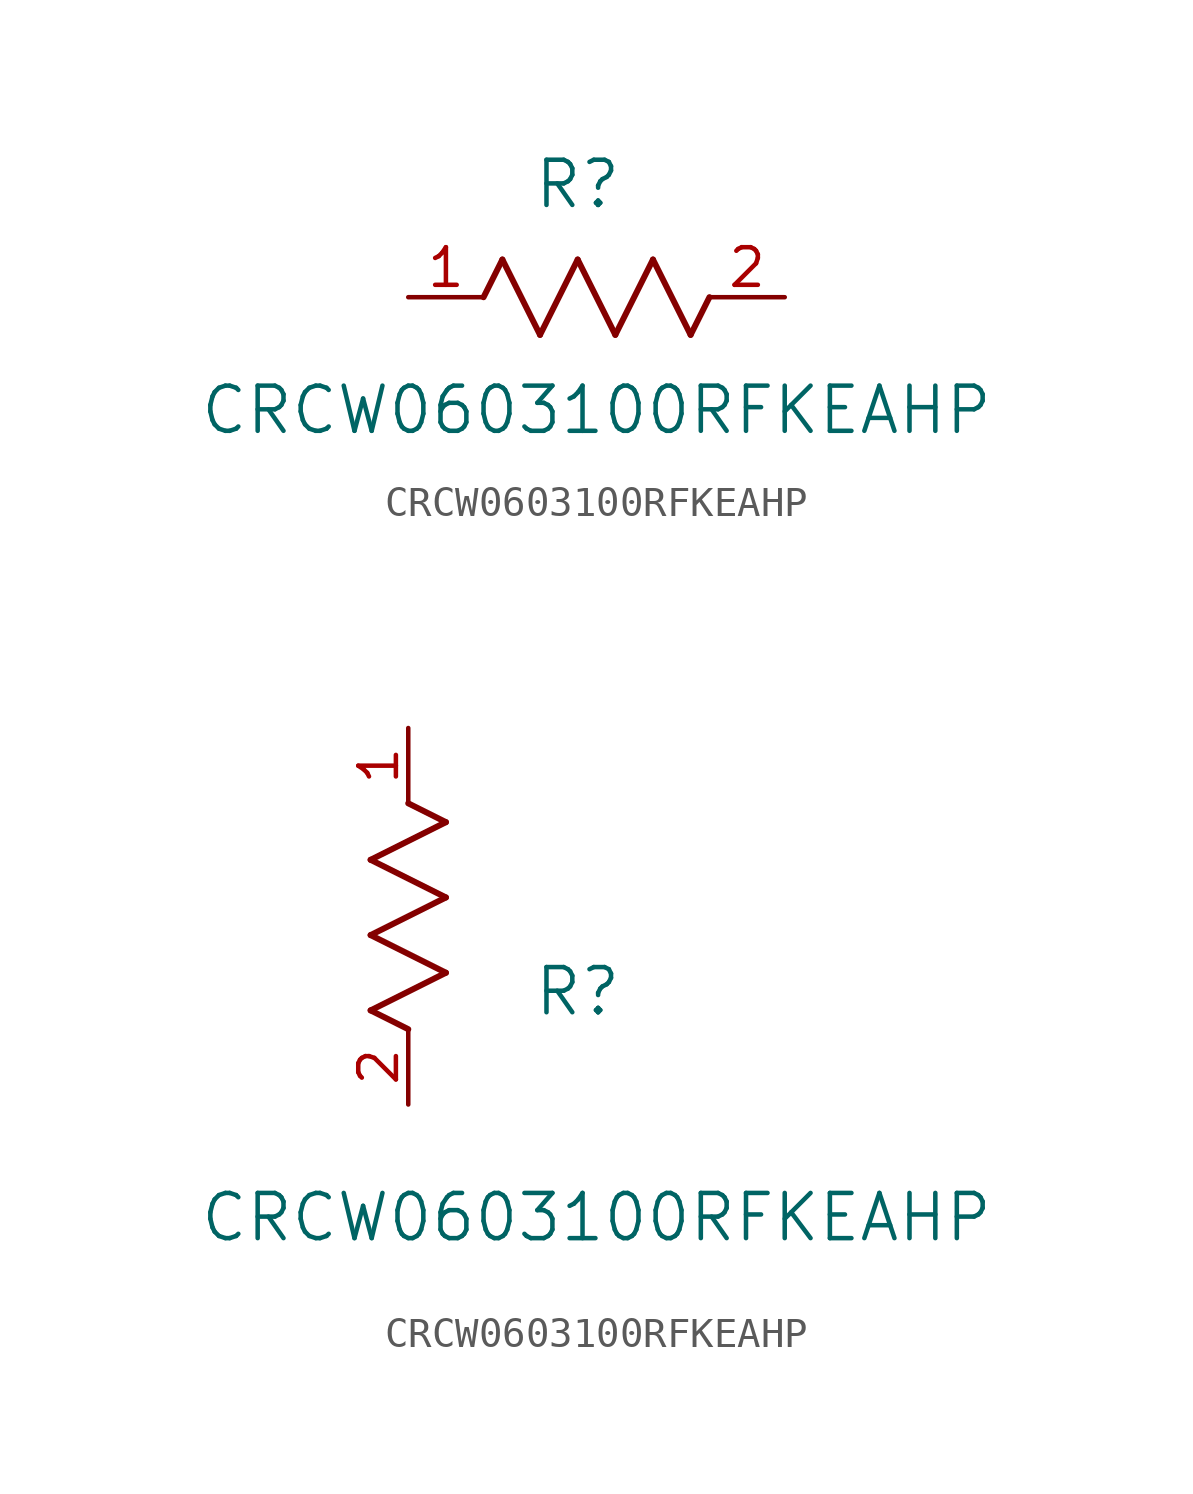
<source format=kicad_sym>
(kicad_symbol_lib
  (version 20211014)
  (generator kicad_symbol_editor)
  (symbol "CRCW0603100RFKEAHP"
    (pin_names
      (offset 0.254))
    (property "Reference" "R"
      (at 5.715 3.81 0)
      (effects (font (size 1.524 1.524))))
    (property "Value" "CRCW0603100RFKEAHP"
      (at 6.35 -3.81 0)
      (effects (font (size 1.524 1.524))))
    (symbol "CRCW0603100RFKEAHP_1_1"
      (polyline (pts (xy 3.175 1.27) (xy 4.445 -1.27)) (stroke (width 0.203) (type default) (color 0 0 0 0)) (fill (type none)))
      (polyline (pts (xy 4.445 -1.27) (xy 5.715 1.27)) (stroke (width 0.203) (type default) (color 0 0 0 0)) (fill (type none)))
      (polyline (pts (xy 5.715 1.27) (xy 6.985 -1.27)) (stroke (width 0.203) (type default) (color 0 0 0 0)) (fill (type none)))
      (polyline (pts (xy 6.985 -1.27) (xy 8.255 1.27)) (stroke (width 0.203) (type default) (color 0 0 0 0)) (fill (type none)))
      (polyline (pts (xy 8.255 1.27) (xy 9.525 -1.27)) (stroke (width 0.203) (type default) (color 0 0 0 0)) (fill (type none)))
      (polyline (pts (xy 2.54 0) (xy 3.175 1.27)) (stroke (width 0.203) (type default) (color 0 0 0 0)) (fill (type none)))
      (polyline (pts (xy 9.525 -1.27) (xy 10.16 0)) (stroke (width 0.203) (type default) (color 0 0 0 0)) (fill (type none)))
      (pin unspecified line (at 0 0 0) (length 2.54) (name "" (effects (font (size 1.27 1.27)))) (number "1" (effects (font (size 1.27 1.27)))))
      (pin unspecified line (at 12.7 0 180) (length 2.54) (name "" (effects (font (size 1.27 1.27)))) (number "2" (effects (font (size 1.27 1.27))))))
    (symbol "CRCW0603100RFKEAHP_1_2"
      (polyline (pts (xy 0 2.54) (xy -1.27 3.175)) (stroke (width 0.203) (type default) (color 0 0 0 0)) (fill (type none)))
      (polyline (pts (xy -1.27 3.175) (xy 1.27 4.445)) (stroke (width 0.203) (type default) (color 0 0 0 0)) (fill (type none)))
      (polyline (pts (xy 1.27 4.445) (xy -1.27 5.715)) (stroke (width 0.203) (type default) (color 0 0 0 0)) (fill (type none)))
      (polyline (pts (xy -1.27 5.715) (xy 1.27 6.985)) (stroke (width 0.203) (type default) (color 0 0 0 0)) (fill (type none)))
      (polyline (pts (xy -1.27 8.255) (xy 1.27 9.525)) (stroke (width 0.203) (type default) (color 0 0 0 0)) (fill (type none)))
      (polyline (pts (xy 1.27 9.525) (xy 0 10.16)) (stroke (width 0.203) (type default) (color 0 0 0 0)) (fill (type none)))
      (polyline (pts (xy 1.27 6.985) (xy -1.27 8.255)) (stroke (width 0.203) (type default) (color 0 0 0 0)) (fill (type none)))
      (pin unspecified line (at 0 12.7 270) (length 2.54) (name "" (effects (font (size 1.27 1.27)))) (number "1" (effects (font (size 1.27 1.27)))))
      (pin unspecified line (at 0 0 90) (length 2.54) (name "" (effects (font (size 1.27 1.27)))) (number "2" (effects (font (size 1.27 1.27))))))))
</source>
